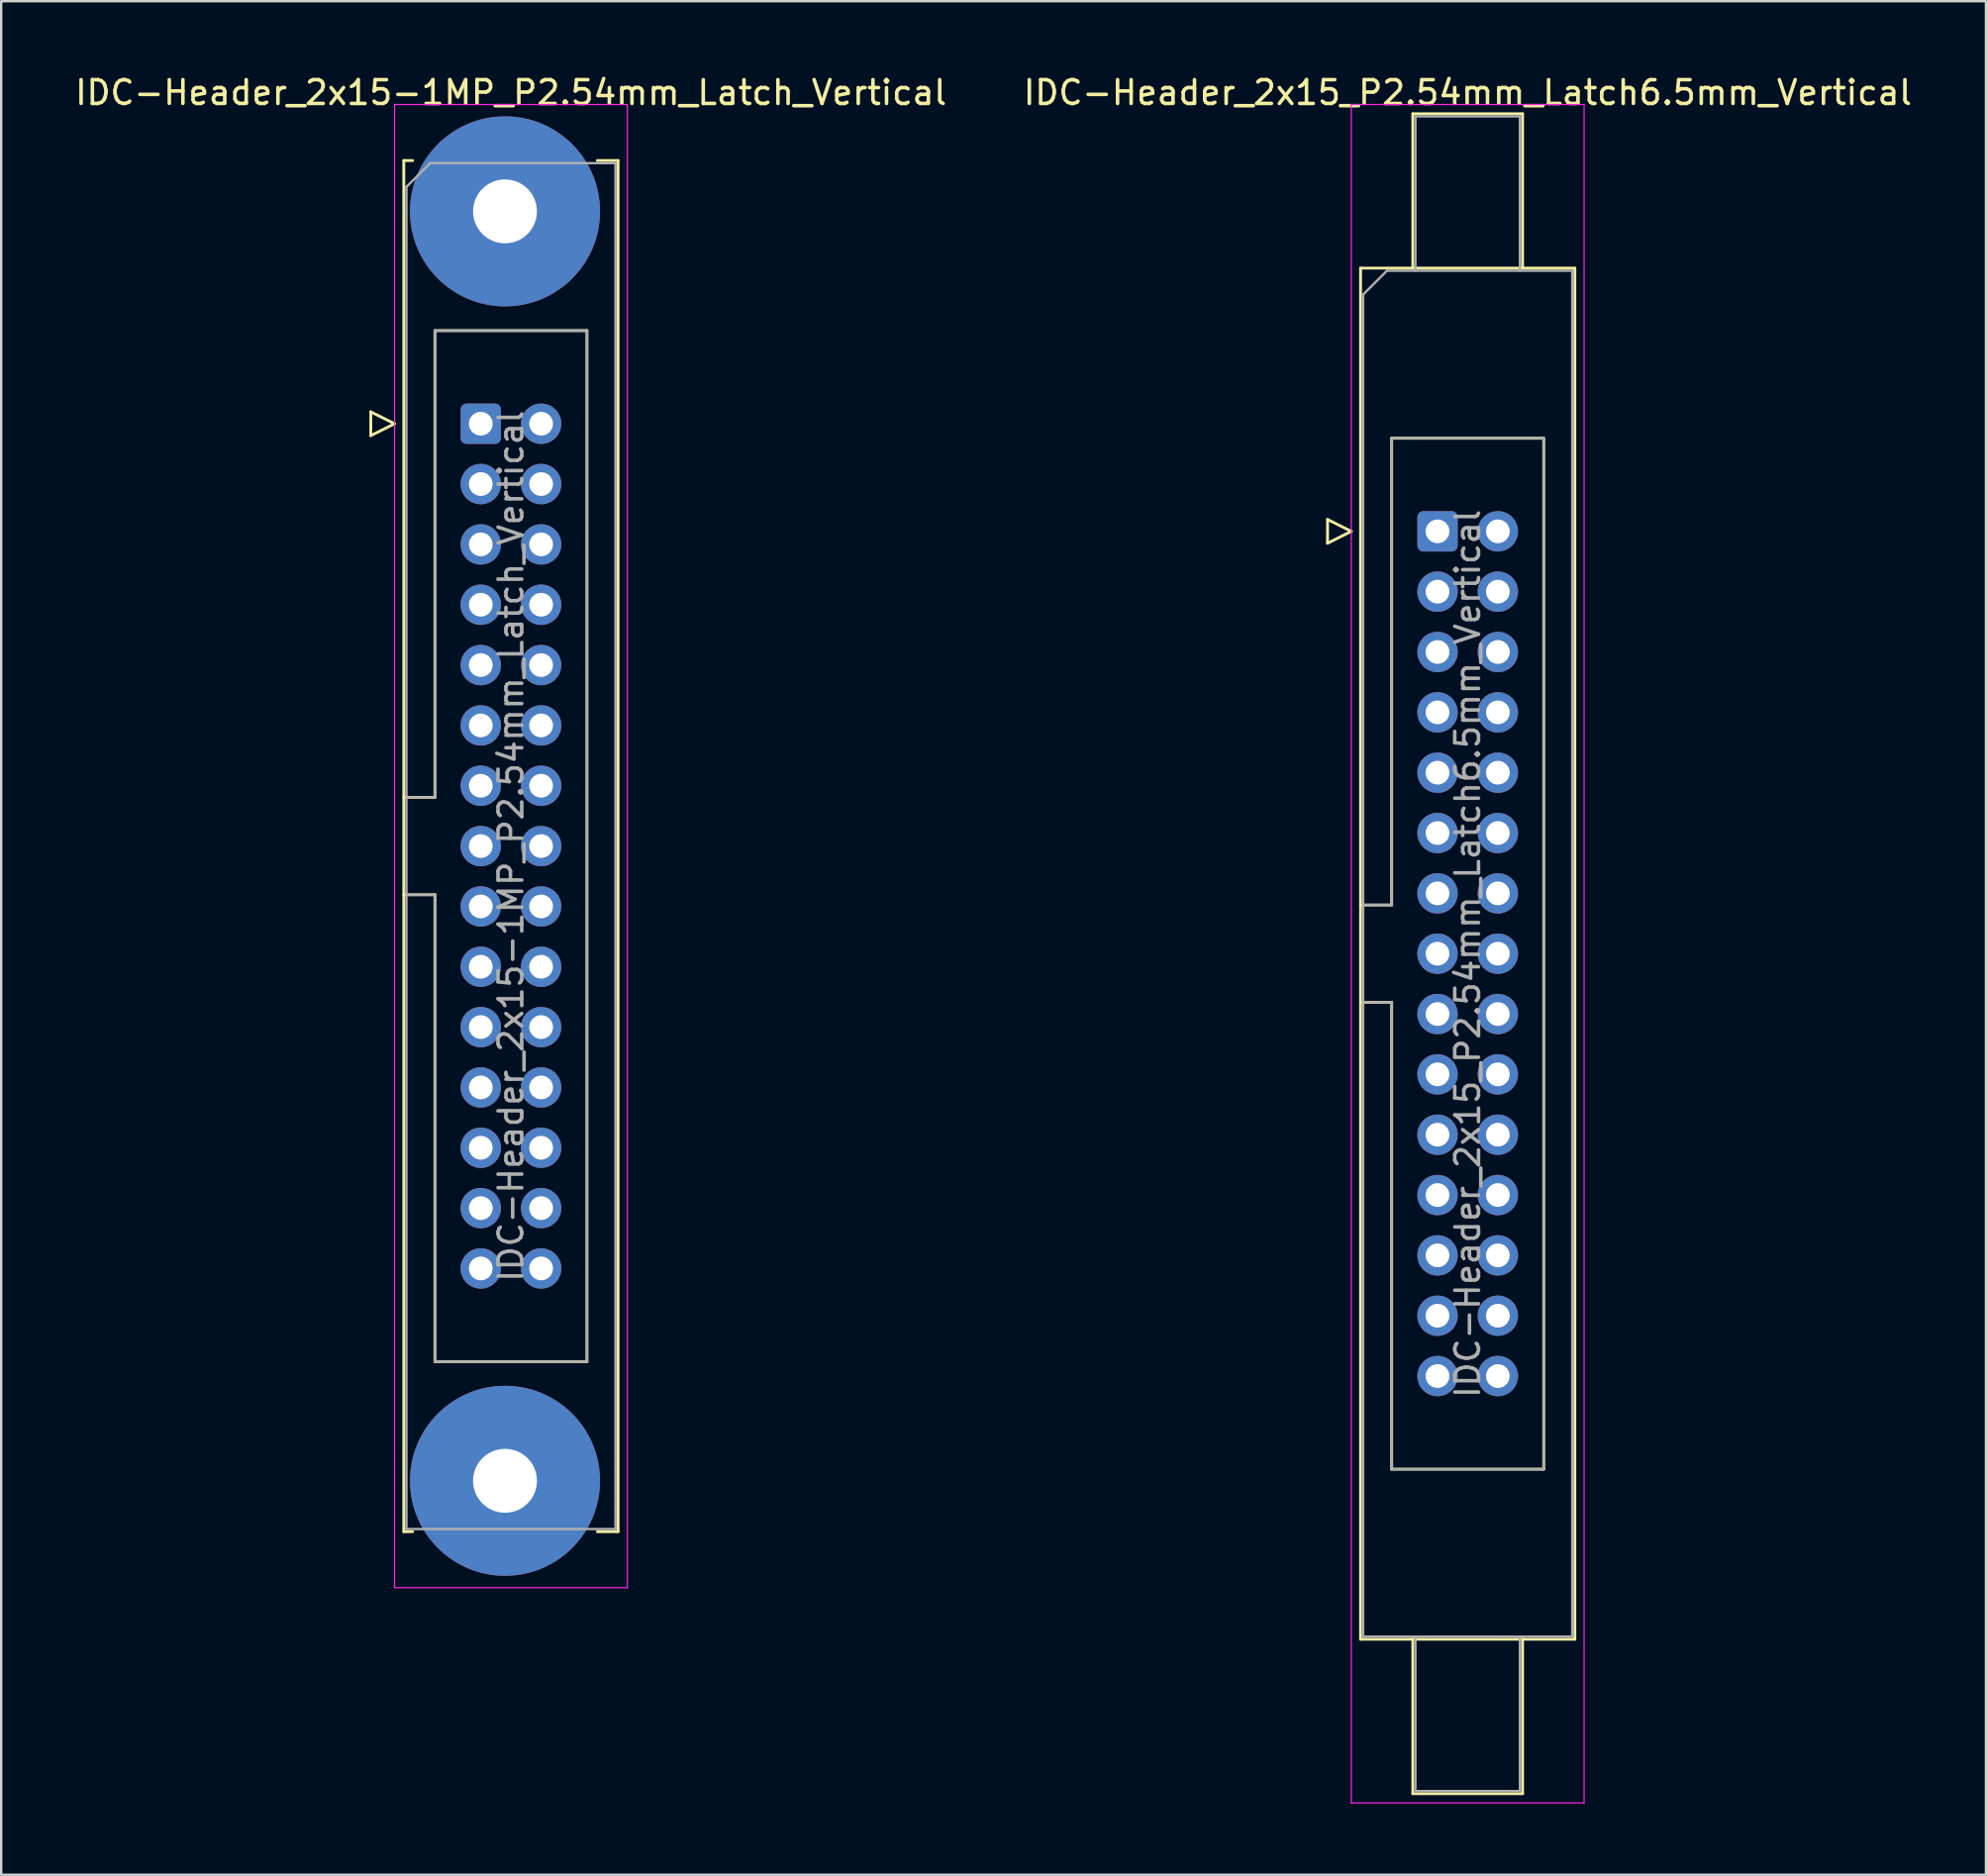
<source format=kicad_pcb>
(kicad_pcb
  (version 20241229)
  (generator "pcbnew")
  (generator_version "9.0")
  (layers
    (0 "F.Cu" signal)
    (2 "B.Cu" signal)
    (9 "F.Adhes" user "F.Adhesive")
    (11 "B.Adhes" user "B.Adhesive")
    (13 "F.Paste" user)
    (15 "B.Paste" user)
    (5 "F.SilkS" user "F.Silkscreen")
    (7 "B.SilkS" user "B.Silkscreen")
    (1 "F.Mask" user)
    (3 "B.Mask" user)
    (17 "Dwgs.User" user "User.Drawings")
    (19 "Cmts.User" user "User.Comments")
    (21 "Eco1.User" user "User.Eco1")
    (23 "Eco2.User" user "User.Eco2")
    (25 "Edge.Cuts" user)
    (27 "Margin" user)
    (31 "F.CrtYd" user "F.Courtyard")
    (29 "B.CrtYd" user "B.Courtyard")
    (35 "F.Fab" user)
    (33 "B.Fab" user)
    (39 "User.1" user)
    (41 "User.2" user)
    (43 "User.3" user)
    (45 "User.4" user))
  (footprint "IDC-Header_2x15_P2.54mm_Latch6.5mm_Vertical"
    (layer "F.Cu")
    (at 57.462 19.318)
    (property "Reference" "IDC-Header_2x15_P2.54mm_Latch6.5mm_Vertical" (at 1.27 -18.47 0) (layer "F.SilkS") (effects (font (size 1 1) (thickness 0.15))))
    (attr through_hole)
    (fp_line (start -4.63 -0.5) (end -4.63 0.5) (stroke (width 0.12) (type solid)) (layer "F.SilkS"))
    (fp_line (start -4.63 0.5) (end -3.63 0) (stroke (width 0.12) (type solid)) (layer "F.SilkS"))
    (fp_line (start -3.63 0) (end -4.63 -0.5) (stroke (width 0.12) (type solid)) (layer "F.SilkS"))
    (fp_line (start -3.24 -11.08) (end 5.78 -11.08) (stroke (width 0.12) (type solid)) (layer "F.SilkS"))
    (fp_line (start -3.24 15.73) (end -1.93 15.73) (stroke (width 0.12) (type solid)) (layer "F.SilkS"))
    (fp_line (start -3.24 46.64) (end -3.24 -11.08) (stroke (width 0.12) (type solid)) (layer "F.SilkS"))
    (fp_line (start -1.93 -3.92) (end 4.47 -3.92) (stroke (width 0.12) (type solid)) (layer "F.SilkS"))
    (fp_line (start -1.93 15.73) (end -1.93 -3.92) (stroke (width 0.12) (type solid)) (layer "F.SilkS"))
    (fp_line (start -1.93 19.83) (end -3.24 19.83) (stroke (width 0.12) (type solid)) (layer "F.SilkS"))
    (fp_line (start -1.93 19.83) (end -1.93 19.83) (stroke (width 0.12) (type solid)) (layer "F.SilkS"))
    (fp_line (start -1.93 39.48) (end -1.93 19.83) (stroke (width 0.12) (type solid)) (layer "F.SilkS"))
    (fp_line (start -1.04 -17.58) (end 3.58 -17.58) (stroke (width 0.12) (type solid)) (layer "F.SilkS"))
    (fp_line (start -1.04 -11.08) (end -1.04 -17.58) (stroke (width 0.12) (type solid)) (layer "F.SilkS"))
    (fp_line (start -1.04 46.64) (end -1.04 53.14) (stroke (width 0.12) (type solid)) (layer "F.SilkS"))
    (fp_line (start -1.04 53.14) (end 3.58 53.14) (stroke (width 0.12) (type solid)) (layer "F.SilkS"))
    (fp_line (start 3.58 -17.58) (end 3.58 -11.08) (stroke (width 0.12) (type solid)) (layer "F.SilkS"))
    (fp_line (start 3.58 53.14) (end 3.58 46.64) (stroke (width 0.12) (type solid)) (layer "F.SilkS"))
    (fp_line (start 4.47 -3.92) (end 4.47 39.48) (stroke (width 0.12) (type solid)) (layer "F.SilkS"))
    (fp_line (start 4.47 39.48) (end -1.93 39.48) (stroke (width 0.12) (type solid)) (layer "F.SilkS"))
    (fp_line (start 5.78 -11.08) (end 5.78 46.64) (stroke (width 0.12) (type solid)) (layer "F.SilkS"))
    (fp_line (start 5.78 46.64) (end -3.24 46.64) (stroke (width 0.12) (type solid)) (layer "F.SilkS"))
    (fp_line (start -3.63 -17.97) (end -3.63 53.53) (stroke (width 0.05) (type solid)) (layer "F.CrtYd"))
    (fp_line (start -3.63 53.53) (end 6.17 53.53) (stroke (width 0.05) (type solid)) (layer "F.CrtYd"))
    (fp_line (start 6.17 -17.97) (end -3.63 -17.97) (stroke (width 0.05) (type solid)) (layer "F.CrtYd"))
    (fp_line (start 6.17 53.53) (end 6.17 -17.97) (stroke (width 0.05) (type solid)) (layer "F.CrtYd"))
    (fp_line (start -3.13 -9.97) (end -2.13 -10.97) (stroke (width 0.1) (type solid)) (layer "F.Fab"))
    (fp_line (start -3.13 15.73) (end -1.93 15.73) (stroke (width 0.1) (type solid)) (layer "F.Fab"))
    (fp_line (start -3.13 46.53) (end -3.13 -9.97) (stroke (width 0.1) (type solid)) (layer "F.Fab"))
    (fp_line (start -2.13 -10.97) (end 5.67 -10.97) (stroke (width 0.1) (type solid)) (layer "F.Fab"))
    (fp_line (start -1.93 -3.92) (end 4.47 -3.92) (stroke (width 0.1) (type solid)) (layer "F.Fab"))
    (fp_line (start -1.93 15.73) (end -1.93 -3.92) (stroke (width 0.1) (type solid)) (layer "F.Fab"))
    (fp_line (start -1.93 19.83) (end -3.13 19.83) (stroke (width 0.1) (type solid)) (layer "F.Fab"))
    (fp_line (start -1.93 19.83) (end -1.93 19.83) (stroke (width 0.1) (type solid)) (layer "F.Fab"))
    (fp_line (start -1.93 39.48) (end -1.93 19.83) (stroke (width 0.1) (type solid)) (layer "F.Fab"))
    (fp_line (start -0.93 -17.47) (end 3.47 -17.47) (stroke (width 0.1) (type solid)) (layer "F.Fab"))
    (fp_line (start -0.93 -10.97) (end -0.93 -17.47) (stroke (width 0.1) (type solid)) (layer "F.Fab"))
    (fp_line (start -0.93 46.53) (end -0.93 53.03) (stroke (width 0.1) (type solid)) (layer "F.Fab"))
    (fp_line (start -0.93 53.03) (end 3.47 53.03) (stroke (width 0.1) (type solid)) (layer "F.Fab"))
    (fp_line (start 3.47 -17.47) (end 3.47 -10.97) (stroke (width 0.1) (type solid)) (layer "F.Fab"))
    (fp_line (start 3.47 53.03) (end 3.47 46.53) (stroke (width 0.1) (type solid)) (layer "F.Fab"))
    (fp_line (start 4.47 -3.92) (end 4.47 39.48) (stroke (width 0.1) (type solid)) (layer "F.Fab"))
    (fp_line (start 4.47 39.48) (end -1.93 39.48) (stroke (width 0.1) (type solid)) (layer "F.Fab"))
    (fp_line (start 5.67 -10.97) (end 5.67 46.53) (stroke (width 0.1) (type solid)) (layer "F.Fab"))
    (fp_line (start 5.67 46.53) (end -3.13 46.53) (stroke (width 0.1) (type solid)) (layer "F.Fab"))
    (fp_text user "${REFERENCE}" (at 1.27 17.78 90) (layer "F.Fab") (effects (font (size 1 1) (thickness 0.15))))
    (pad "1" thru_hole roundrect (at 0 0) (size 1.7 1.7) (drill 1) (layers "*.Cu" "*.Mask") (roundrect_rratio 0.147))
    (pad "2" thru_hole circle (at 2.54 0) (size 1.7 1.7) (drill 1) (layers "*.Cu" "*.Mask"))
    (pad "3" thru_hole circle (at 0 2.54) (size 1.7 1.7) (drill 1) (layers "*.Cu" "*.Mask"))
    (pad "4" thru_hole circle (at 2.54 2.54) (size 1.7 1.7) (drill 1) (layers "*.Cu" "*.Mask"))
    (pad "5" thru_hole circle (at 0 5.08) (size 1.7 1.7) (drill 1) (layers "*.Cu" "*.Mask"))
    (pad "6" thru_hole circle (at 2.54 5.08) (size 1.7 1.7) (drill 1) (layers "*.Cu" "*.Mask"))
    (pad "7" thru_hole circle (at 0 7.62) (size 1.7 1.7) (drill 1) (layers "*.Cu" "*.Mask"))
    (pad "8" thru_hole circle (at 2.54 7.62) (size 1.7 1.7) (drill 1) (layers "*.Cu" "*.Mask"))
    (pad "9" thru_hole circle (at 0 10.16) (size 1.7 1.7) (drill 1) (layers "*.Cu" "*.Mask"))
    (pad "10" thru_hole circle (at 2.54 10.16) (size 1.7 1.7) (drill 1) (layers "*.Cu" "*.Mask"))
    (pad "11" thru_hole circle (at 0 12.7) (size 1.7 1.7) (drill 1) (layers "*.Cu" "*.Mask"))
    (pad "12" thru_hole circle (at 2.54 12.7) (size 1.7 1.7) (drill 1) (layers "*.Cu" "*.Mask"))
    (pad "13" thru_hole circle (at 0 15.24) (size 1.7 1.7) (drill 1) (layers "*.Cu" "*.Mask"))
    (pad "14" thru_hole circle (at 2.54 15.24) (size 1.7 1.7) (drill 1) (layers "*.Cu" "*.Mask"))
    (pad "15" thru_hole circle (at 0 17.78) (size 1.7 1.7) (drill 1) (layers "*.Cu" "*.Mask"))
    (pad "16" thru_hole circle (at 2.54 17.78) (size 1.7 1.7) (drill 1) (layers "*.Cu" "*.Mask"))
    (pad "17" thru_hole circle (at 0 20.32) (size 1.7 1.7) (drill 1) (layers "*.Cu" "*.Mask"))
    (pad "18" thru_hole circle (at 2.54 20.32) (size 1.7 1.7) (drill 1) (layers "*.Cu" "*.Mask"))
    (pad "19" thru_hole circle (at 0 22.86) (size 1.7 1.7) (drill 1) (layers "*.Cu" "*.Mask"))
    (pad "20" thru_hole circle (at 2.54 22.86) (size 1.7 1.7) (drill 1) (layers "*.Cu" "*.Mask"))
    (pad "21" thru_hole circle (at 0 25.4) (size 1.7 1.7) (drill 1) (layers "*.Cu" "*.Mask"))
    (pad "22" thru_hole circle (at 2.54 25.4) (size 1.7 1.7) (drill 1) (layers "*.Cu" "*.Mask"))
    (pad "23" thru_hole circle (at 0 27.94) (size 1.7 1.7) (drill 1) (layers "*.Cu" "*.Mask"))
    (pad "24" thru_hole circle (at 2.54 27.94) (size 1.7 1.7) (drill 1) (layers "*.Cu" "*.Mask"))
    (pad "25" thru_hole circle (at 0 30.48) (size 1.7 1.7) (drill 1) (layers "*.Cu" "*.Mask"))
    (pad "26" thru_hole circle (at 2.54 30.48) (size 1.7 1.7) (drill 1) (layers "*.Cu" "*.Mask"))
    (pad "27" thru_hole circle (at 0 33.02) (size 1.7 1.7) (drill 1) (layers "*.Cu" "*.Mask"))
    (pad "28" thru_hole circle (at 2.54 33.02) (size 1.7 1.7) (drill 1) (layers "*.Cu" "*.Mask"))
    (pad "29" thru_hole circle (at 0 35.56) (size 1.7 1.7) (drill 1) (layers "*.Cu" "*.Mask"))
    (pad "30" thru_hole circle (at 2.54 35.56) (size 1.7 1.7) (drill 1) (layers "*.Cu" "*.Mask")))
  (footprint "IDC-Header_2x15-1MP_P2.54mm_Latch_Vertical"
    (layer "F.Cu")
    (at 17.188 14.788)
    (property "Reference" "IDC-Header_2x15-1MP_P2.54mm_Latch_Vertical" (at 1.27 -13.94 0) (layer "F.SilkS") (effects (font (size 1 1) (thickness 0.15))))
    (attr through_hole)
    (fp_line (start -4.63 -0.5) (end -4.63 0.5) (stroke (width 0.12) (type solid)) (layer "F.SilkS"))
    (fp_line (start -4.63 0.5) (end -3.63 0) (stroke (width 0.12) (type solid)) (layer "F.SilkS"))
    (fp_line (start -3.63 0) (end -4.63 -0.5) (stroke (width 0.12) (type solid)) (layer "F.SilkS"))
    (fp_line (start -3.24 -11.08) (end -3.24 46.64) (stroke (width 0.12) (type solid)) (layer "F.SilkS"))
    (fp_line (start -3.24 15.73) (end -1.93 15.73) (stroke (width 0.12) (type solid)) (layer "F.SilkS"))
    (fp_line (start -3.24 46.64) (end -2.87 46.64) (stroke (width 0.12) (type solid)) (layer "F.SilkS"))
    (fp_line (start -2.87 -11.08) (end -3.24 -11.08) (stroke (width 0.12) (type solid)) (layer "F.SilkS"))
    (fp_line (start -1.93 -3.92) (end 4.47 -3.92) (stroke (width 0.12) (type solid)) (layer "F.SilkS"))
    (fp_line (start -1.93 15.73) (end -1.93 -3.92) (stroke (width 0.12) (type solid)) (layer "F.SilkS"))
    (fp_line (start -1.93 19.83) (end -3.24 19.83) (stroke (width 0.12) (type solid)) (layer "F.SilkS"))
    (fp_line (start -1.93 19.83) (end -1.93 19.83) (stroke (width 0.12) (type solid)) (layer "F.SilkS"))
    (fp_line (start -1.93 39.48) (end -1.93 19.83) (stroke (width 0.12) (type solid)) (layer "F.SilkS"))
    (fp_line (start 4.47 -3.92) (end 4.47 39.48) (stroke (width 0.12) (type solid)) (layer "F.SilkS"))
    (fp_line (start 4.47 39.48) (end -1.93 39.48) (stroke (width 0.12) (type solid)) (layer "F.SilkS"))
    (fp_line (start 4.91 -11.08) (end 5.78 -11.08) (stroke (width 0.12) (type solid)) (layer "F.SilkS"))
    (fp_line (start 5.78 -11.08) (end 5.78 46.64) (stroke (width 0.12) (type solid)) (layer "F.SilkS"))
    (fp_line (start 5.78 46.64) (end 4.91 46.64) (stroke (width 0.12) (type solid)) (layer "F.SilkS"))
    (fp_line (start -3.63 -13.44) (end -3.63 49) (stroke (width 0.05) (type solid)) (layer "F.CrtYd"))
    (fp_line (start -3.63 49) (end 6.17 49) (stroke (width 0.05) (type solid)) (layer "F.CrtYd"))
    (fp_line (start 6.17 -13.44) (end -3.63 -13.44) (stroke (width 0.05) (type solid)) (layer "F.CrtYd"))
    (fp_line (start 6.17 49) (end 6.17 -13.44) (stroke (width 0.05) (type solid)) (layer "F.CrtYd"))
    (fp_line (start -3.13 -9.97) (end -2.13 -10.97) (stroke (width 0.1) (type solid)) (layer "F.Fab"))
    (fp_line (start -3.13 15.73) (end -1.93 15.73) (stroke (width 0.1) (type solid)) (layer "F.Fab"))
    (fp_line (start -3.13 46.53) (end -3.13 -9.97) (stroke (width 0.1) (type solid)) (layer "F.Fab"))
    (fp_line (start -2.13 -10.97) (end 5.67 -10.97) (stroke (width 0.1) (type solid)) (layer "F.Fab"))
    (fp_line (start -1.93 -3.92) (end 4.47 -3.92) (stroke (width 0.1) (type solid)) (layer "F.Fab"))
    (fp_line (start -1.93 15.73) (end -1.93 -3.92) (stroke (width 0.1) (type solid)) (layer "F.Fab"))
    (fp_line (start -1.93 19.83) (end -3.13 19.83) (stroke (width 0.1) (type solid)) (layer "F.Fab"))
    (fp_line (start -1.93 19.83) (end -1.93 19.83) (stroke (width 0.1) (type solid)) (layer "F.Fab"))
    (fp_line (start -1.93 39.48) (end -1.93 19.83) (stroke (width 0.1) (type solid)) (layer "F.Fab"))
    (fp_line (start 4.47 -3.92) (end 4.47 39.48) (stroke (width 0.1) (type solid)) (layer "F.Fab"))
    (fp_line (start 4.47 39.48) (end -1.93 39.48) (stroke (width 0.1) (type solid)) (layer "F.Fab"))
    (fp_line (start 5.67 -10.97) (end 5.67 46.53) (stroke (width 0.1) (type solid)) (layer "F.Fab"))
    (fp_line (start 5.67 46.53) (end -3.13 46.53) (stroke (width 0.1) (type solid)) (layer "F.Fab"))
    (fp_text user "${REFERENCE}" (at 1.27 17.78 90) (layer "F.Fab") (effects (font (size 1 1) (thickness 0.15))))
    (pad "1" thru_hole roundrect (at 0 0) (size 1.7 1.7) (drill 1) (layers "*.Cu" "*.Mask") (roundrect_rratio 0.147))
    (pad "2" thru_hole circle (at 2.54 0) (size 1.7 1.7) (drill 1) (layers "*.Cu" "*.Mask"))
    (pad "3" thru_hole circle (at 0 2.54) (size 1.7 1.7) (drill 1) (layers "*.Cu" "*.Mask"))
    (pad "4" thru_hole circle (at 2.54 2.54) (size 1.7 1.7) (drill 1) (layers "*.Cu" "*.Mask"))
    (pad "5" thru_hole circle (at 0 5.08) (size 1.7 1.7) (drill 1) (layers "*.Cu" "*.Mask"))
    (pad "6" thru_hole circle (at 2.54 5.08) (size 1.7 1.7) (drill 1) (layers "*.Cu" "*.Mask"))
    (pad "7" thru_hole circle (at 0 7.62) (size 1.7 1.7) (drill 1) (layers "*.Cu" "*.Mask"))
    (pad "8" thru_hole circle (at 2.54 7.62) (size 1.7 1.7) (drill 1) (layers "*.Cu" "*.Mask"))
    (pad "9" thru_hole circle (at 0 10.16) (size 1.7 1.7) (drill 1) (layers "*.Cu" "*.Mask"))
    (pad "10" thru_hole circle (at 2.54 10.16) (size 1.7 1.7) (drill 1) (layers "*.Cu" "*.Mask"))
    (pad "11" thru_hole circle (at 0 12.7) (size 1.7 1.7) (drill 1) (layers "*.Cu" "*.Mask"))
    (pad "12" thru_hole circle (at 2.54 12.7) (size 1.7 1.7) (drill 1) (layers "*.Cu" "*.Mask"))
    (pad "13" thru_hole circle (at 0 15.24) (size 1.7 1.7) (drill 1) (layers "*.Cu" "*.Mask"))
    (pad "14" thru_hole circle (at 2.54 15.24) (size 1.7 1.7) (drill 1) (layers "*.Cu" "*.Mask"))
    (pad "15" thru_hole circle (at 0 17.78) (size 1.7 1.7) (drill 1) (layers "*.Cu" "*.Mask"))
    (pad "16" thru_hole circle (at 2.54 17.78) (size 1.7 1.7) (drill 1) (layers "*.Cu" "*.Mask"))
    (pad "17" thru_hole circle (at 0 20.32) (size 1.7 1.7) (drill 1) (layers "*.Cu" "*.Mask"))
    (pad "18" thru_hole circle (at 2.54 20.32) (size 1.7 1.7) (drill 1) (layers "*.Cu" "*.Mask"))
    (pad "19" thru_hole circle (at 0 22.86) (size 1.7 1.7) (drill 1) (layers "*.Cu" "*.Mask"))
    (pad "20" thru_hole circle (at 2.54 22.86) (size 1.7 1.7) (drill 1) (layers "*.Cu" "*.Mask"))
    (pad "21" thru_hole circle (at 0 25.4) (size 1.7 1.7) (drill 1) (layers "*.Cu" "*.Mask"))
    (pad "22" thru_hole circle (at 2.54 25.4) (size 1.7 1.7) (drill 1) (layers "*.Cu" "*.Mask"))
    (pad "23" thru_hole circle (at 0 27.94) (size 1.7 1.7) (drill 1) (layers "*.Cu" "*.Mask"))
    (pad "24" thru_hole circle (at 2.54 27.94) (size 1.7 1.7) (drill 1) (layers "*.Cu" "*.Mask"))
    (pad "25" thru_hole circle (at 0 30.48) (size 1.7 1.7) (drill 1) (layers "*.Cu" "*.Mask"))
    (pad "26" thru_hole circle (at 2.54 30.48) (size 1.7 1.7) (drill 1) (layers "*.Cu" "*.Mask"))
    (pad "27" thru_hole circle (at 0 33.02) (size 1.7 1.7) (drill 1) (layers "*.Cu" "*.Mask"))
    (pad "28" thru_hole circle (at 2.54 33.02) (size 1.7 1.7) (drill 1) (layers "*.Cu" "*.Mask"))
    (pad "29" thru_hole circle (at 0 35.56) (size 1.7 1.7) (drill 1) (layers "*.Cu" "*.Mask"))
    (pad "30" thru_hole circle (at 2.54 35.56) (size 1.7 1.7) (drill 1) (layers "*.Cu" "*.Mask"))
    (pad "MP" thru_hole circle (at 1.02 -8.94) (size 8 8) (drill 2.69) (layers "*.Cu" "*.Mask"))
    (pad "MP" thru_hole circle (at 1.02 44.5) (size 8 8) (drill 2.69) (layers "*.Cu" "*.Mask")))
  (gr_rect
    (start -3 -3)
    (end 80.548 75.873)
    (stroke (width 0.1) (type default))
    (fill no)
    (layer "Edge.Cuts")))
</source>
